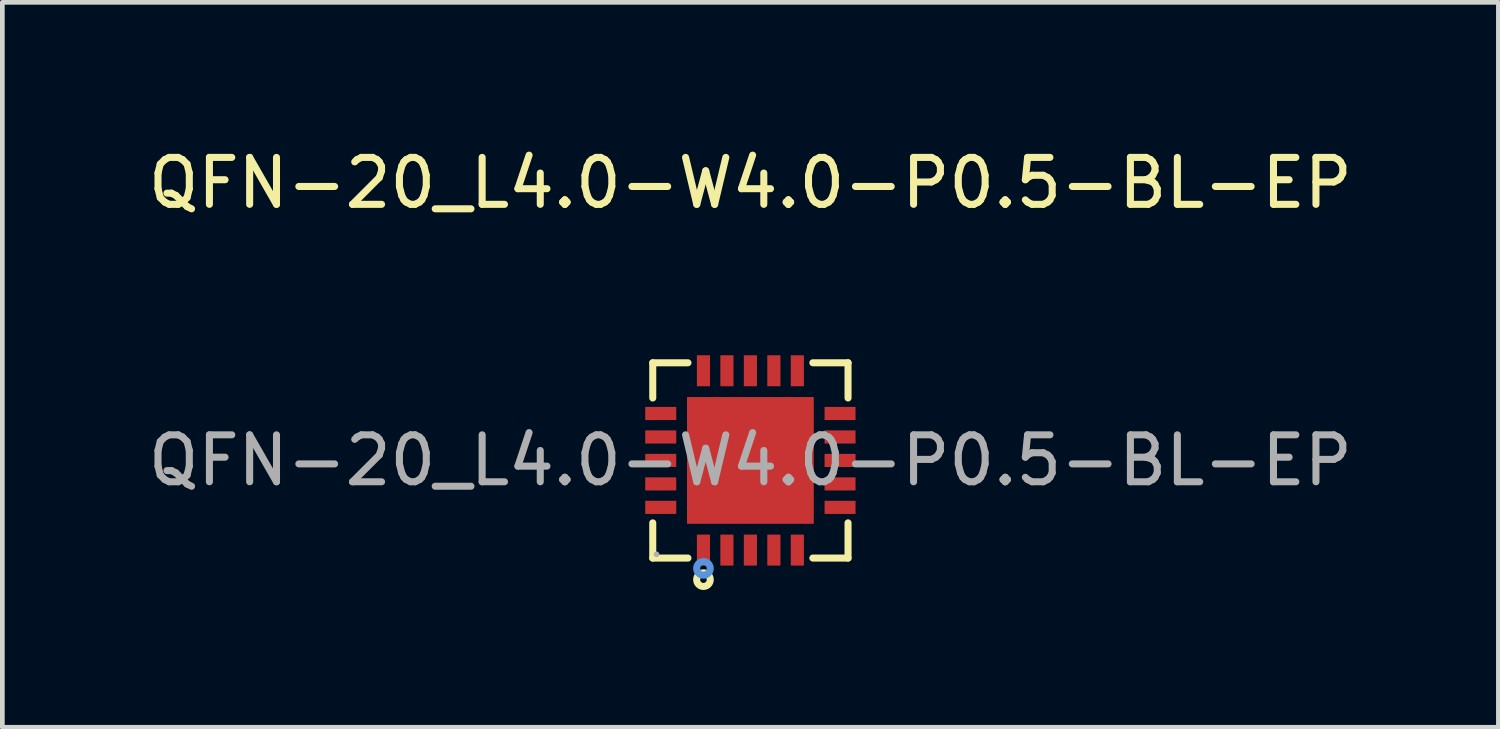
<source format=kicad_pcb>
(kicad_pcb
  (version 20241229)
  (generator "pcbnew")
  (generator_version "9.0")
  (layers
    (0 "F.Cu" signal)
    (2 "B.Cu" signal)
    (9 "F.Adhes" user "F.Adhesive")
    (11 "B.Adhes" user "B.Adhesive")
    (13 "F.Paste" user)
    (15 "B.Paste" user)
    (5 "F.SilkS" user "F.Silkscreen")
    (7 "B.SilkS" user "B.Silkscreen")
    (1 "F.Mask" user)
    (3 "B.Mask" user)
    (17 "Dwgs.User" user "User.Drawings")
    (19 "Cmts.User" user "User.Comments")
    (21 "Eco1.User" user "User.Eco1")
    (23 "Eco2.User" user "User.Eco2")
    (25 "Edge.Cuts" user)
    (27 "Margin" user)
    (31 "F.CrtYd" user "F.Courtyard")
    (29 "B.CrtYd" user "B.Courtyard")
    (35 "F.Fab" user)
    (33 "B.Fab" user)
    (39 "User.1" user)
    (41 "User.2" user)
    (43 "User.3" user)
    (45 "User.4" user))
  (footprint "QFN-20_L4.0-W4.0-P0.5-BL-EP"
    (layer "F.Cu")
    (at 12.935 6.758)
    (property "Reference" "QFN-20_L4.0-W4.0-P0.5-BL-EP" (at 0 -5.91 0) (layer "F.SilkS") (effects (font (size 1 1) (thickness 0.15))))
    (attr smd)
    (fp_line (start -2.08 -2.08) (end -1.33 -2.08) (stroke (width 0.15) (type solid)) (layer "F.SilkS"))
    (fp_line (start -2.08 -1.33) (end -2.08 -2.08) (stroke (width 0.15) (type solid)) (layer "F.SilkS"))
    (fp_line (start -2.08 1.33) (end -2.08 2.08) (stroke (width 0.15) (type solid)) (layer "F.SilkS"))
    (fp_line (start -2.08 2.08) (end -1.33 2.08) (stroke (width 0.15) (type solid)) (layer "F.SilkS"))
    (fp_line (start 2.08 -2.08) (end 1.33 -2.08) (stroke (width 0.15) (type solid)) (layer "F.SilkS"))
    (fp_line (start 2.08 -1.33) (end 2.08 -2.08) (stroke (width 0.15) (type solid)) (layer "F.SilkS"))
    (fp_line (start 2.08 1.33) (end 2.08 2.08) (stroke (width 0.15) (type solid)) (layer "F.SilkS"))
    (fp_line (start 2.08 2.08) (end 1.33 2.08) (stroke (width 0.15) (type solid)) (layer "F.SilkS"))
    (fp_circle (center -1 2.54) (end -0.93 2.54) (stroke (width 0.15) (type solid)) (fill no) (layer "F.SilkS"))
    (fp_circle (center -1 2.3) (end -0.93 2.3) (stroke (width 0.15) (type solid)) (fill no) (layer "Cmts.User"))
    (fp_circle (center -2 2) (end -1.97 2) (stroke (width 0.06) (type solid)) (fill no) (layer "F.Fab"))
    (fp_text user "${REFERENCE}" (at 0 0 0) (layer "F.Fab") (effects (font (size 1 1) (thickness 0.15))))
    (pad "1" smd rect (at -1 1.91) (size 0.28 0.66) (layers "F.Cu" "F.Mask" "F.Paste"))
    (pad "2" smd rect (at -0.5 1.91) (size 0.28 0.66) (layers "F.Cu" "F.Mask" "F.Paste"))
    (pad "3" smd rect (at 0 1.91) (size 0.28 0.66) (layers "F.Cu" "F.Mask" "F.Paste"))
    (pad "4" smd rect (at 0.5 1.91) (size 0.28 0.66) (layers "F.Cu" "F.Mask" "F.Paste"))
    (pad "5" smd rect (at 1 1.91) (size 0.28 0.66) (layers "F.Cu" "F.Mask" "F.Paste"))
    (pad "6" smd rect (at 1.91 1) (size 0.66 0.28) (layers "F.Cu" "F.Mask" "F.Paste"))
    (pad "7" smd rect (at 1.91 0.5) (size 0.66 0.28) (layers "F.Cu" "F.Mask" "F.Paste"))
    (pad "8" smd rect (at 1.91 0) (size 0.66 0.28) (layers "F.Cu" "F.Mask" "F.Paste"))
    (pad "9" smd rect (at 1.91 -0.5) (size 0.66 0.28) (layers "F.Cu" "F.Mask" "F.Paste"))
    (pad "10" smd rect (at 1.91 -1) (size 0.66 0.28) (layers "F.Cu" "F.Mask" "F.Paste"))
    (pad "11" smd rect (at 1 -1.91) (size 0.28 0.66) (layers "F.Cu" "F.Mask" "F.Paste"))
    (pad "12" smd rect (at 0.5 -1.91) (size 0.28 0.66) (layers "F.Cu" "F.Mask" "F.Paste"))
    (pad "13" smd rect (at 0 -1.91) (size 0.28 0.66) (layers "F.Cu" "F.Mask" "F.Paste"))
    (pad "14" smd rect (at -0.5 -1.91) (size 0.28 0.66) (layers "F.Cu" "F.Mask" "F.Paste"))
    (pad "15" smd rect (at -1 -1.91) (size 0.28 0.66) (layers "F.Cu" "F.Mask" "F.Paste"))
    (pad "16" smd rect (at -1.91 -1) (size 0.66 0.28) (layers "F.Cu" "F.Mask" "F.Paste"))
    (pad "17" smd rect (at -1.91 -0.5) (size 0.66 0.28) (layers "F.Cu" "F.Mask" "F.Paste"))
    (pad "18" smd rect (at -1.91 0) (size 0.66 0.28) (layers "F.Cu" "F.Mask" "F.Paste"))
    (pad "19" smd rect (at -1.91 0.5) (size 0.66 0.28) (layers "F.Cu" "F.Mask" "F.Paste"))
    (pad "20" smd rect (at -1.91 1) (size 0.66 0.28) (layers "F.Cu" "F.Mask" "F.Paste"))
    (pad "21" smd rect (at 0 0) (size 2.7 2.7) (layers "F.Cu" "F.Mask" "F.Paste")))
  (gr_rect
    (start -3 -3)
    (end 28.869 12.443)
    (stroke (width 0.1) (type default))
    (fill no)
    (layer "Edge.Cuts")))
</source>
